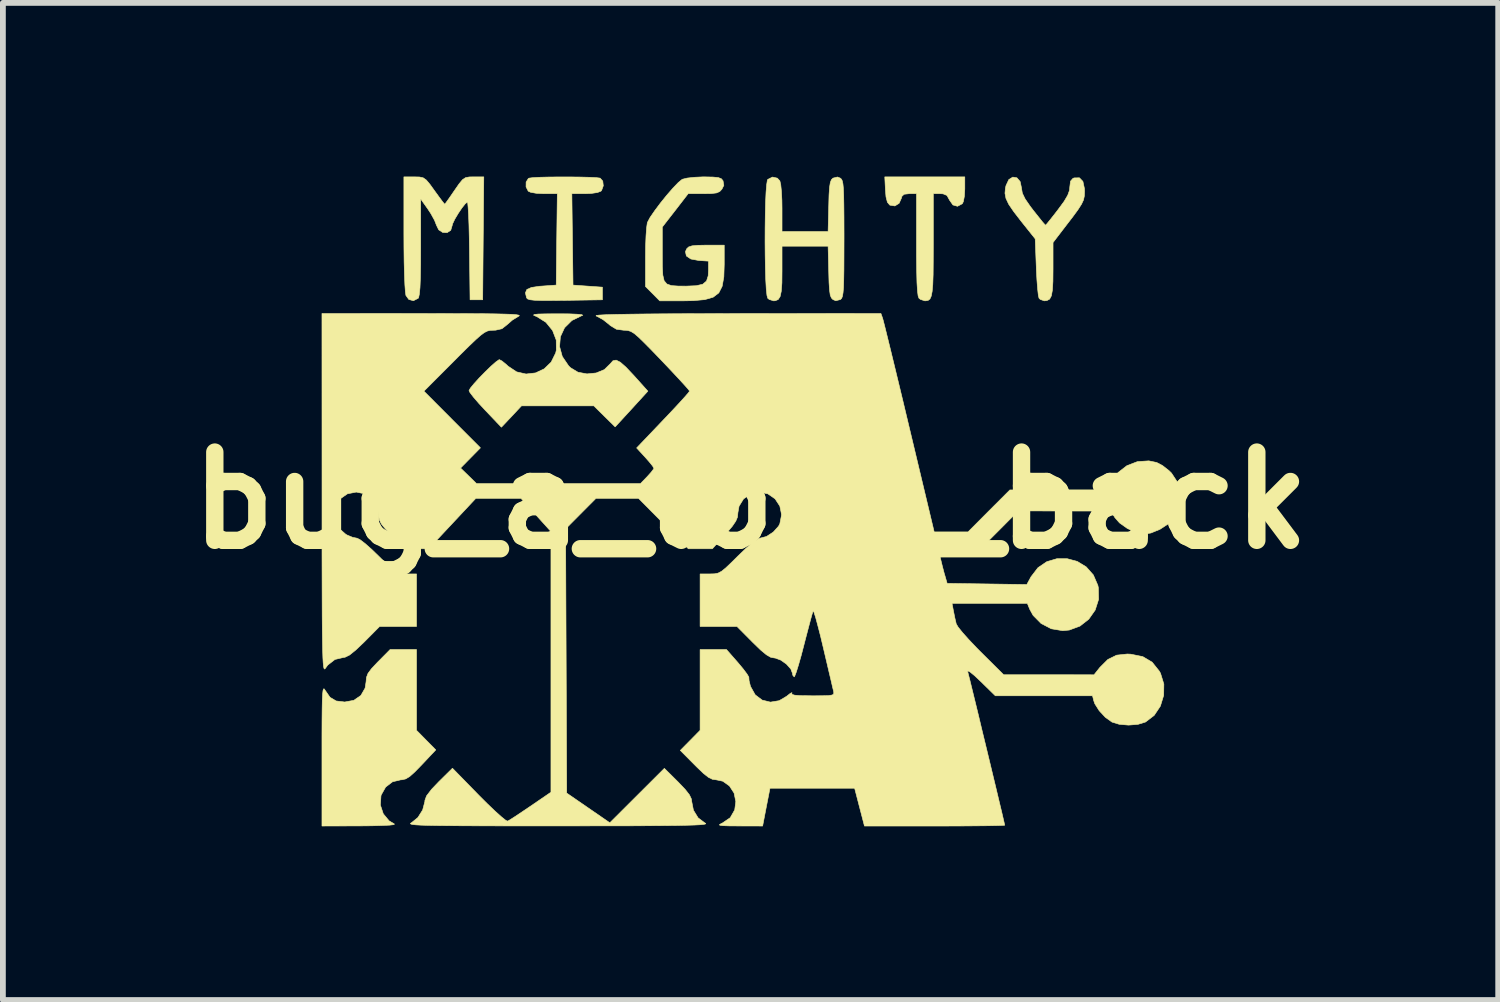
<source format=kicad_pcb>
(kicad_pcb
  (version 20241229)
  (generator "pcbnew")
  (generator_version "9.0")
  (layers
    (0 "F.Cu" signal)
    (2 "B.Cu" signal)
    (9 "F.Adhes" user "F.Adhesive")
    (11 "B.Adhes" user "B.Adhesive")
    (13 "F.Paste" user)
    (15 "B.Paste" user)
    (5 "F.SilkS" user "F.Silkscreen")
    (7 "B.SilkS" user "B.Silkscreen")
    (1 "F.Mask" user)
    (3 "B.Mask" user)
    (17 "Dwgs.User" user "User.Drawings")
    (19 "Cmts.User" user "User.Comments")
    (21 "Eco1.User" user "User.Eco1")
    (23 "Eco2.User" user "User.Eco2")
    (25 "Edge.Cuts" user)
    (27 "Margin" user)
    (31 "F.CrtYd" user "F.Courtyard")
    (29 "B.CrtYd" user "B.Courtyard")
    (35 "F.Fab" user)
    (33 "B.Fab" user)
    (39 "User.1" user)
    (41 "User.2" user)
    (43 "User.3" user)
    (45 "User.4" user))
  (footprint "bug_a_logo_back"
    (layer "F.Cu")
    (at 9.913 5.593)
    (property "Reference" "bug_a_logo_back" (at 0 0 0) (layer "F.SilkS") (effects (font (size 1.524 1.524) (thickness 0.3))))
    (attr through_hole)
    (fp_poly (pts (xy 3.701 -5.378) (xy 3.694 -5.255) (xy 3.676 -5.161) (xy 3.658 -5.124) (xy 3.575 -5.08) (xy 3.496 -5.103) (xy 3.437 -5.187) (xy 3.436 -5.189) (xy 3.393 -5.267) (xy 3.326 -5.295) (xy 3.276 -5.298) (xy 3.157 -5.298) (xy 3.157 -4.416) (xy 3.156 -4.125) (xy 3.154 -3.899) (xy 3.148 -3.73) (xy 3.137 -3.609) (xy 3.121 -3.528) (xy 3.099 -3.479) (xy 3.068 -3.455) (xy 3.028 -3.448) (xy 3.012 -3.447) (xy 2.936 -3.471) (xy 2.91 -3.491) (xy 2.895 -3.53) (xy 2.884 -3.617) (xy 2.875 -3.758) (xy 2.87 -3.957) (xy 2.867 -4.22) (xy 2.867 -4.416) (xy 2.867 -5.298) (xy 2.742 -5.298) (xy 2.653 -5.288) (xy 2.614 -5.251) (xy 2.606 -5.22) (xy 2.566 -5.131) (xy 2.493 -5.086) (xy 2.41 -5.099) (xy 2.404 -5.102) (xy 2.364 -5.15) (xy 2.34 -5.243) (xy 2.33 -5.365) (xy 2.319 -5.588) (xy 3.701 -5.588) (xy 3.701 -5.378)) (stroke (width 0.01) (type solid)) (fill yes) (layer "F.SilkS"))
    (fp_poly (pts (xy -2.945 -5.585) (xy -2.786 -5.581) (xy -2.666 -5.575) (xy -2.601 -5.567) (xy -2.597 -5.566) (xy -2.552 -5.515) (xy -2.543 -5.434) (xy -2.572 -5.355) (xy -2.584 -5.341) (xy -2.643 -5.318) (xy -2.751 -5.302) (xy -2.856 -5.298) (xy -3.086 -5.298) (xy -3.076 -4.508) (xy -3.066 -3.719) (xy -2.812 -3.701) (xy -2.558 -3.683) (xy -2.558 -3.465) (xy -3.203 -3.455) (xy -3.44 -3.453) (xy -3.613 -3.453) (xy -3.733 -3.457) (xy -3.809 -3.466) (xy -3.851 -3.48) (xy -3.868 -3.499) (xy -3.888 -3.585) (xy -3.863 -3.643) (xy -3.784 -3.678) (xy -3.643 -3.699) (xy -3.61 -3.701) (xy -3.356 -3.719) (xy -3.347 -4.508) (xy -3.337 -5.298) (xy -3.566 -5.298) (xy -3.698 -5.304) (xy -3.798 -5.322) (xy -3.839 -5.341) (xy -3.877 -5.415) (xy -3.876 -5.499) (xy -3.838 -5.559) (xy -3.825 -5.566) (xy -3.767 -5.574) (xy -3.652 -5.581) (xy -3.497 -5.585) (xy -3.316 -5.587) (xy -3.127 -5.587) (xy -2.945 -5.585)) (stroke (width 0.01) (type solid)) (fill yes) (layer "F.SilkS"))
    (fp_poly (pts (xy -5.769 3.971) (xy -5.603 4.14) (xy -5.436 4.309) (xy -5.68 4.568) (xy -5.8 4.691) (xy -5.887 4.769) (xy -5.955 4.81) (xy -6.018 4.825) (xy -6.041 4.826) (xy -6.183 4.86) (xy -6.302 4.951) (xy -6.378 5.086) (xy -6.383 5.103) (xy -6.393 5.262) (xy -6.343 5.413) (xy -6.243 5.534) (xy -6.15 5.59) (xy -6.16 5.6) (xy -6.234 5.609) (xy -6.364 5.615) (xy -6.542 5.62) (xy -6.74 5.622) (xy -7.402 5.624) (xy -7.402 4.4) (xy -7.402 4.07) (xy -7.401 3.806) (xy -7.399 3.602) (xy -7.396 3.451) (xy -7.391 3.348) (xy -7.384 3.285) (xy -7.375 3.256) (xy -7.364 3.255) (xy -7.35 3.275) (xy -7.347 3.28) (xy -7.263 3.401) (xy -7.157 3.464) (xy -7.009 3.482) (xy -6.852 3.453) (xy -6.73 3.369) (xy -6.657 3.242) (xy -6.64 3.133) (xy -6.633 3.056) (xy -6.606 2.986) (xy -6.546 2.906) (xy -6.444 2.797) (xy -6.433 2.786) (xy -6.225 2.576) (xy -5.769 2.576) (xy -5.769 3.971)) (stroke (width 0.01) (type solid)) (fill yes) (layer "F.SilkS"))
    (fp_poly (pts (xy 4.601 -5.572) (xy 4.657 -5.507) (xy 4.681 -5.393) (xy 4.681 -5.388) (xy 4.695 -5.306) (xy 4.743 -5.207) (xy 4.832 -5.078) (xy 4.883 -5.011) (xy 4.973 -4.898) (xy 5.044 -4.809) (xy 5.088 -4.76) (xy 5.095 -4.753) (xy 5.121 -4.78) (xy 5.179 -4.852) (xy 5.261 -4.956) (xy 5.311 -5.021) (xy 5.416 -5.164) (xy 5.479 -5.271) (xy 5.51 -5.357) (xy 5.515 -5.417) (xy 5.527 -5.514) (xy 5.569 -5.562) (xy 5.59 -5.57) (xy 5.681 -5.572) (xy 5.741 -5.509) (xy 5.768 -5.383) (xy 5.769 -5.335) (xy 5.766 -5.258) (xy 5.751 -5.189) (xy 5.716 -5.115) (xy 5.655 -5.02) (xy 5.559 -4.889) (xy 5.497 -4.809) (xy 5.225 -4.454) (xy 5.225 -3.994) (xy 5.223 -3.782) (xy 5.214 -3.632) (xy 5.196 -3.533) (xy 5.166 -3.477) (xy 5.12 -3.452) (xy 5.075 -3.447) (xy 5.005 -3.471) (xy 4.983 -3.493) (xy 4.971 -3.544) (xy 4.959 -3.653) (xy 4.947 -3.805) (xy 4.937 -3.985) (xy 4.936 -4.028) (xy 4.917 -4.518) (xy 4.671 -4.826) (xy 4.544 -4.991) (xy 4.459 -5.116) (xy 4.412 -5.216) (xy 4.395 -5.305) (xy 4.403 -5.396) (xy 4.413 -5.438) (xy 4.461 -5.541) (xy 4.53 -5.584) (xy 4.601 -5.572)) (stroke (width 0.01) (type solid)) (fill yes) (layer "F.SilkS"))
    (fp_poly (pts (xy -5.717 -5.586) (xy -5.654 -5.572) (xy -5.6 -5.534) (xy -5.537 -5.459) (xy -5.46 -5.352) (xy -5.38 -5.242) (xy -5.319 -5.16) (xy -5.285 -5.119) (xy -5.282 -5.116) (xy -5.259 -5.144) (xy -5.206 -5.218) (xy -5.134 -5.323) (xy -5.114 -5.352) (xy -5.032 -5.47) (xy -4.974 -5.54) (xy -4.921 -5.575) (xy -4.856 -5.587) (xy -4.78 -5.588) (xy -4.607 -5.588) (xy -4.617 -4.527) (xy -4.626 -3.465) (xy -4.844 -3.465) (xy -4.854 -4.309) (xy -4.858 -4.548) (xy -4.863 -4.76) (xy -4.87 -4.936) (xy -4.878 -5.066) (xy -4.885 -5.14) (xy -4.89 -5.153) (xy -4.927 -5.124) (xy -4.985 -5.051) (xy -5.049 -4.956) (xy -5.107 -4.859) (xy -5.145 -4.779) (xy -5.153 -4.748) (xy -5.178 -4.665) (xy -5.24 -4.625) (xy -5.316 -4.628) (xy -5.386 -4.674) (xy -5.424 -4.752) (xy -5.458 -4.839) (xy -5.521 -4.953) (xy -5.572 -5.031) (xy -5.697 -5.207) (xy -5.697 -4.37) (xy -5.698 -4.073) (xy -5.702 -3.843) (xy -5.709 -3.674) (xy -5.72 -3.562) (xy -5.733 -3.502) (xy -5.74 -3.491) (xy -5.823 -3.449) (xy -5.902 -3.471) (xy -5.952 -3.54) (xy -5.961 -3.601) (xy -5.97 -3.725) (xy -5.977 -3.901) (xy -5.983 -4.119) (xy -5.986 -4.37) (xy -5.987 -4.611) (xy -5.987 -5.588) (xy -5.808 -5.588) (xy -5.717 -5.586)) (stroke (width 0.01) (type solid)) (fill yes) (layer "F.SilkS"))
    (fp_poly (pts (xy -3.32 -3.223) (xy -3.133 -3.222) (xy -2.995 -3.216) (xy -2.915 -3.208) (xy -2.897 -3.198) (xy -2.906 -3.195) (xy -3.085 -3.108) (xy -3.212 -2.982) (xy -3.284 -2.827) (xy -3.298 -2.657) (xy -3.251 -2.485) (xy -3.141 -2.323) (xy -3.108 -2.291) (xy -2.98 -2.214) (xy -2.825 -2.185) (xy -2.666 -2.201) (xy -2.525 -2.259) (xy -2.423 -2.359) (xy -2.422 -2.36) (xy -2.376 -2.412) (xy -2.321 -2.423) (xy -2.249 -2.387) (xy -2.152 -2.302) (xy -2.02 -2.162) (xy -2.017 -2.159) (xy -1.773 -1.887) (xy -2.055 -1.578) (xy -2.338 -1.27) (xy -2.522 -1.451) (xy -2.706 -1.633) (xy -3.956 -1.633) (xy -4.129 -1.448) (xy -4.303 -1.264) (xy -4.582 -1.557) (xy -4.695 -1.679) (xy -4.786 -1.785) (xy -4.845 -1.862) (xy -4.862 -1.897) (xy -4.838 -1.94) (xy -4.774 -2.018) (xy -4.684 -2.117) (xy -4.582 -2.221) (xy -4.482 -2.318) (xy -4.398 -2.392) (xy -4.345 -2.429) (xy -4.337 -2.431) (xy -4.293 -2.408) (xy -4.22 -2.349) (xy -4.187 -2.318) (xy -4.04 -2.22) (xy -3.877 -2.183) (xy -3.713 -2.202) (xy -3.564 -2.272) (xy -3.443 -2.389) (xy -3.365 -2.547) (xy -3.354 -2.596) (xy -3.356 -2.77) (xy -3.419 -2.935) (xy -3.534 -3.076) (xy -3.69 -3.174) (xy -3.719 -3.186) (xy -3.749 -3.201) (xy -3.732 -3.212) (xy -3.662 -3.219) (xy -3.534 -3.222) (xy -3.339 -3.223) (xy -3.32 -3.223)) (stroke (width 0.01) (type solid)) (fill yes) (layer "F.SilkS"))
    (fp_poly (pts (xy -0.649 -5.585) (xy -0.556 -5.576) (xy -0.503 -5.555) (xy -0.475 -5.521) (xy -0.461 -5.442) (xy -0.494 -5.376) (xy -0.532 -5.335) (xy -0.587 -5.311) (xy -0.678 -5.3) (xy -0.813 -5.298) (xy -1.077 -5.298) (xy -1.3 -5.009) (xy -1.524 -4.721) (xy -1.524 -4.249) (xy -1.523 -4.039) (xy -1.515 -3.891) (xy -1.492 -3.794) (xy -1.445 -3.738) (xy -1.367 -3.71) (xy -1.249 -3.702) (xy -1.112 -3.701) (xy -0.938 -3.708) (xy -0.825 -3.734) (xy -0.76 -3.789) (xy -0.731 -3.879) (xy -0.726 -3.974) (xy -0.726 -4.133) (xy -0.894 -4.144) (xy -1.03 -4.169) (xy -1.108 -4.222) (xy -1.124 -4.296) (xy -1.103 -4.345) (xy -1.07 -4.377) (xy -1.01 -4.397) (xy -0.909 -4.406) (xy -0.758 -4.409) (xy -0.454 -4.409) (xy -0.454 -4.078) (xy -0.461 -3.86) (xy -0.49 -3.698) (xy -0.548 -3.584) (xy -0.645 -3.51) (xy -0.79 -3.468) (xy -0.992 -3.45) (xy -1.161 -3.447) (xy -1.568 -3.447) (xy -1.691 -3.571) (xy -1.814 -3.694) (xy -1.814 -4.203) (xy -1.812 -4.396) (xy -1.805 -4.569) (xy -1.795 -4.707) (xy -1.783 -4.792) (xy -1.779 -4.804) (xy -1.735 -4.887) (xy -1.656 -5.002) (xy -1.556 -5.136) (xy -1.446 -5.272) (xy -1.339 -5.395) (xy -1.247 -5.491) (xy -1.182 -5.544) (xy -1.176 -5.547) (xy -1.096 -5.567) (xy -0.97 -5.581) (xy -0.821 -5.588) (xy -0.798 -5.588) (xy -0.649 -5.585)) (stroke (width 0.01) (type solid)) (fill yes) (layer "F.SilkS"))
    (fp_poly (pts (xy 1.551 -5.566) (xy 1.57 -5.549) (xy 1.585 -5.519) (xy 1.596 -5.468) (xy 1.604 -5.387) (xy 1.609 -5.269) (xy 1.612 -5.106) (xy 1.614 -4.888) (xy 1.615 -4.609) (xy 1.615 -4.518) (xy 1.614 -4.219) (xy 1.613 -3.985) (xy 1.61 -3.807) (xy 1.606 -3.677) (xy 1.598 -3.587) (xy 1.588 -3.528) (xy 1.575 -3.493) (xy 1.557 -3.473) (xy 1.551 -3.469) (xy 1.473 -3.449) (xy 1.424 -3.469) (xy 1.397 -3.497) (xy 1.377 -3.546) (xy 1.365 -3.631) (xy 1.356 -3.763) (xy 1.351 -3.95) (xy 1.34 -4.391) (xy 0.544 -4.391) (xy 0.544 -3.962) (xy 0.542 -3.756) (xy 0.531 -3.612) (xy 0.511 -3.52) (xy 0.477 -3.469) (xy 0.427 -3.449) (xy 0.399 -3.447) (xy 0.323 -3.471) (xy 0.298 -3.491) (xy 0.284 -3.54) (xy 0.272 -3.65) (xy 0.263 -3.81) (xy 0.257 -4.006) (xy 0.253 -4.229) (xy 0.251 -4.466) (xy 0.252 -4.705) (xy 0.255 -4.936) (xy 0.26 -5.145) (xy 0.268 -5.322) (xy 0.279 -5.455) (xy 0.291 -5.531) (xy 0.298 -5.544) (xy 0.38 -5.585) (xy 0.463 -5.566) (xy 0.507 -5.518) (xy 0.522 -5.454) (xy 0.534 -5.336) (xy 0.542 -5.182) (xy 0.544 -5.046) (xy 0.544 -4.645) (xy 1.34 -4.645) (xy 1.351 -5.085) (xy 1.356 -5.276) (xy 1.365 -5.407) (xy 1.378 -5.49) (xy 1.397 -5.539) (xy 1.424 -5.566) (xy 1.502 -5.586) (xy 1.551 -5.566)) (stroke (width 0.01) (type solid)) (fill yes) (layer "F.SilkS"))
    (fp_poly (pts (xy 2.281 -3.148) (xy 2.295 -3.097) (xy 2.324 -2.983) (xy 2.366 -2.813) (xy 2.42 -2.593) (xy 2.484 -2.33) (xy 2.556 -2.032) (xy 2.635 -1.705) (xy 2.718 -1.357) (xy 2.741 -1.261) (xy 3.172 0.544) (xy 3.757 0.544) (xy 4.118 0.181) (xy 4.48 -0.181) (xy 6.187 -0.182) (xy 6.245 -0.321) (xy 6.349 -0.482) (xy 6.501 -0.6) (xy 6.683 -0.67) (xy 6.879 -0.683) (xy 7.015 -0.655) (xy 7.116 -0.602) (xy 7.226 -0.516) (xy 7.271 -0.472) (xy 7.387 -0.295) (xy 7.434 -0.102) (xy 7.412 0.098) (xy 7.32 0.294) (xy 7.319 0.295) (xy 7.216 0.405) (xy 7.072 0.499) (xy 6.916 0.563) (xy 6.804 0.581) (xy 6.662 0.554) (xy 6.509 0.485) (xy 6.374 0.389) (xy 6.296 0.301) (xy 6.223 0.184) (xy 5.424 0.183) (xy 4.625 0.181) (xy 4.264 0.544) (xy 3.902 0.907) (xy 3.26 0.907) (xy 3.286 1.024) (xy 3.314 1.139) (xy 3.348 1.269) (xy 3.354 1.287) (xy 3.396 1.433) (xy 4.084 1.443) (xy 4.772 1.453) (xy 4.844 1.32) (xy 4.965 1.162) (xy 5.118 1.058) (xy 5.291 1.007) (xy 5.47 1.007) (xy 5.644 1.054) (xy 5.798 1.148) (xy 5.921 1.287) (xy 5.999 1.467) (xy 6.008 1.51) (xy 6.012 1.709) (xy 5.953 1.894) (xy 5.842 2.052) (xy 5.69 2.171) (xy 5.506 2.239) (xy 5.392 2.25) (xy 5.194 2.217) (xy 5.018 2.125) (xy 4.881 1.986) (xy 4.824 1.883) (xy 4.781 1.778) (xy 3.48 1.778) (xy 3.506 1.914) (xy 3.529 2.029) (xy 3.552 2.128) (xy 3.554 2.135) (xy 3.587 2.19) (xy 3.662 2.283) (xy 3.771 2.405) (xy 3.903 2.544) (xy 3.974 2.616) (xy 4.372 3.011) (xy 5.153 3.011) (xy 5.933 3.012) (xy 6.034 2.885) (xy 6.171 2.748) (xy 6.323 2.673) (xy 6.508 2.653) (xy 6.567 2.656) (xy 6.775 2.698) (xy 6.937 2.794) (xy 7.06 2.948) (xy 7.081 2.985) (xy 7.139 3.172) (xy 7.136 3.367) (xy 7.079 3.553) (xy 6.972 3.713) (xy 6.822 3.828) (xy 6.692 3.868) (xy 6.53 3.881) (xy 6.368 3.867) (xy 6.244 3.829) (xy 6.129 3.747) (xy 6.023 3.633) (xy 5.947 3.513) (xy 5.929 3.462) (xy 5.907 3.375) (xy 4.229 3.375) (xy 3.979 3.13) (xy 3.871 3.028) (xy 3.794 2.965) (xy 3.754 2.945) (xy 3.751 2.957) (xy 3.764 3.009) (xy 3.792 3.119) (xy 3.831 3.279) (xy 3.88 3.479) (xy 3.936 3.709) (xy 3.996 3.961) (xy 4.06 4.224) (xy 4.124 4.489) (xy 4.186 4.747) (xy 4.244 4.988) (xy 4.295 5.202) (xy 4.338 5.381) (xy 4.369 5.514) (xy 4.387 5.593) (xy 4.391 5.61) (xy 4.356 5.613) (xy 4.257 5.616) (xy 4.102 5.619) (xy 3.9 5.621) (xy 3.659 5.623) (xy 3.387 5.624) (xy 3.179 5.624) (xy 1.968 5.624) (xy 1.883 5.298) (xy 1.798 4.971) (xy 0.336 4.971) (xy 0.272 5.298) (xy 0.209 5.624) (xy -0.195 5.623) (xy -0.368 5.622) (xy -0.477 5.618) (xy -0.53 5.611) (xy -0.537 5.6) (xy -0.505 5.581) (xy -0.485 5.572) (xy -0.35 5.48) (xy -0.273 5.345) (xy -0.254 5.202) (xy -0.284 5.055) (xy -0.364 4.932) (xy -0.479 4.85) (xy -0.593 4.826) (xy -0.658 4.817) (xy -0.727 4.783) (xy -0.812 4.716) (xy -0.928 4.605) (xy -0.961 4.572) (xy -1.213 4.318) (xy -1.042 4.145) (xy -0.871 3.971) (xy -0.871 2.576) (xy -0.415 2.576) (xy -0.217 2.802) (xy -0.127 2.91) (xy -0.061 2.998) (xy -0.029 3.052) (xy -0.029 3.06) (xy -0.025 3.114) (xy -0.003 3.202) (xy 0.001 3.215) (xy 0.081 3.358) (xy 0.201 3.449) (xy 0.344 3.484) (xy 0.495 3.459) (xy 0.622 3.384) (xy 0.687 3.333) (xy 0.716 3.32) (xy 0.713 3.329) (xy 0.716 3.35) (xy 0.762 3.364) (xy 0.86 3.372) (xy 1.02 3.374) (xy 1.069 3.375) (xy 1.239 3.374) (xy 1.349 3.371) (xy 1.411 3.361) (xy 1.436 3.344) (xy 1.438 3.315) (xy 1.434 3.293) (xy 1.419 3.233) (xy 1.392 3.115) (xy 1.353 2.951) (xy 1.307 2.755) (xy 1.257 2.543) (xy 1.208 2.337) (xy 1.162 2.16) (xy 1.125 2.023) (xy 1.097 1.935) (xy 1.083 1.908) (xy 1.082 1.908) (xy 1.067 1.953) (xy 1.038 2.056) (xy 0.999 2.203) (xy 0.952 2.382) (xy 0.923 2.495) (xy 0.874 2.683) (xy 0.828 2.844) (xy 0.79 2.966) (xy 0.763 3.036) (xy 0.754 3.048) (xy 0.729 3.018) (xy 0.726 2.991) (xy 0.696 2.912) (xy 0.621 2.828) (xy 0.524 2.759) (xy 0.428 2.723) (xy 0.41 2.721) (xy 0.348 2.709) (xy 0.274 2.666) (xy 0.176 2.585) (xy 0.044 2.457) (xy 0.036 2.449) (xy -0.234 2.177) (xy -0.871 2.177) (xy -0.871 1.27) (xy -0.698 1.27) (xy -0.622 1.268) (xy -0.561 1.256) (xy -0.501 1.225) (xy -0.429 1.167) (xy -0.33 1.073) (xy -0.218 0.962) (xy -0.078 0.827) (xy 0.04 0.726) (xy 0.126 0.666) (xy 0.162 0.653) (xy 0.277 0.623) (xy 0.393 0.547) (xy 0.484 0.446) (xy 0.506 0.404) (xy 0.537 0.247) (xy 0.506 0.098) (xy 0.424 -0.027) (xy 0.3 -0.113) (xy 0.145 -0.145) (xy -0.001 -0.112) (xy -0.121 -0.025) (xy -0.198 0.1) (xy -0.218 0.212) (xy -0.225 0.287) (xy -0.255 0.359) (xy -0.315 0.447) (xy -0.416 0.566) (xy -0.438 0.59) (xy -0.659 0.835) (xy -1.074 0.835) (xy -1.504 0.399) (xy -1.935 -0.036) (xy -2.669 -0.036) (xy -3.194 0.492) (xy -3.175 5.055) (xy -2.43 5.568) (xy -1.488 4.628) (xy -1.252 4.862) (xy -1.13 4.99) (xy -1.056 5.084) (xy -1.021 5.158) (xy -1.016 5.199) (xy -0.986 5.351) (xy -0.905 5.483) (xy -0.788 5.571) (xy -0.787 5.571) (xy -0.772 5.581) (xy -0.779 5.589) (xy -0.81 5.596) (xy -0.872 5.602) (xy -0.968 5.607) (xy -1.102 5.611) (xy -1.28 5.615) (xy -1.505 5.617) (xy -1.782 5.619) (xy -2.115 5.621) (xy -2.509 5.621) (xy -2.968 5.622) (xy -3.32 5.622) (xy -3.823 5.622) (xy -4.257 5.622) (xy -4.628 5.621) (xy -4.941 5.62) (xy -5.199 5.618) (xy -5.407 5.616) (xy -5.571 5.613) (xy -5.694 5.609) (xy -5.781 5.604) (xy -5.838 5.598) (xy -5.867 5.59) (xy -5.875 5.582) (xy -5.865 5.572) (xy -5.854 5.566) (xy -5.745 5.477) (xy -5.663 5.347) (xy -5.625 5.203) (xy -5.624 5.182) (xy -5.596 5.104) (xy -5.509 4.99) (xy -5.386 4.861) (xy -5.148 4.626) (xy -4.693 5.092) (xy -4.545 5.24) (xy -4.412 5.367) (xy -4.304 5.464) (xy -4.228 5.525) (xy -4.196 5.54) (xy -4.151 5.514) (xy -4.06 5.456) (xy -3.936 5.373) (xy -3.801 5.282) (xy -3.447 5.04) (xy -3.447 0.538) (xy -3.706 0.251) (xy -3.965 -0.036) (xy -4.744 -0.036) (xy -5.151 0.399) (xy -5.559 0.835) (xy -5.765 0.835) (xy -5.865 0.833) (xy -5.938 0.82) (xy -6.003 0.788) (xy -6.078 0.725) (xy -6.183 0.621) (xy -6.197 0.607) (xy -6.308 0.491) (xy -6.376 0.407) (xy -6.41 0.338) (xy -6.422 0.268) (xy -6.423 0.24) (xy -6.456 0.095) (xy -6.544 -0.029) (xy -6.67 -0.115) (xy -6.809 -0.144) (xy -6.962 -0.114) (xy -7.078 -0.034) (xy -7.153 0.08) (xy -7.186 0.214) (xy -7.172 0.353) (xy -7.108 0.482) (xy -6.991 0.585) (xy -6.966 0.599) (xy -6.872 0.638) (xy -6.796 0.653) (xy -6.745 0.678) (xy -6.657 0.745) (xy -6.545 0.844) (xy -6.423 0.962) (xy -6.292 1.092) (xy -6.198 1.179) (xy -6.128 1.232) (xy -6.069 1.259) (xy -6.007 1.269) (xy -5.943 1.27) (xy -5.769 1.27) (xy -5.769 2.177) (xy -6.406 2.177) (xy -6.672 2.445) (xy -6.818 2.584) (xy -6.926 2.671) (xy -7.004 2.709) (xy -7.028 2.712) (xy -7.177 2.747) (xy -7.302 2.844) (xy -7.34 2.896) (xy -7.351 2.91) (xy -7.36 2.912) (xy -7.368 2.898) (xy -7.375 2.863) (xy -7.381 2.804) (xy -7.386 2.716) (xy -7.39 2.594) (xy -7.393 2.434) (xy -7.396 2.233) (xy -7.398 1.985) (xy -7.399 1.686) (xy -7.4 1.332) (xy -7.401 0.918) (xy -7.401 0.441) (xy -7.401 -0.105) (xy -7.401 -0.118) (xy -7.402 -3.229) (xy -5.652 -3.228) (xy -5.246 -3.227) (xy -4.909 -3.226) (xy -4.633 -3.225) (xy -4.414 -3.222) (xy -4.247 -3.218) (xy -4.127 -3.214) (xy -4.048 -3.208) (xy -4.005 -3.2) (xy -3.992 -3.191) (xy -4.006 -3.18) (xy -4.01 -3.178) (xy -4.113 -3.115) (xy -4.206 -3.034) (xy -4.294 -2.965) (xy -4.404 -2.94) (xy -4.443 -2.939) (xy -4.495 -2.937) (xy -4.543 -2.926) (xy -4.596 -2.9) (xy -4.661 -2.852) (xy -4.748 -2.775) (xy -4.865 -2.663) (xy -5.02 -2.51) (xy -5.116 -2.413) (xy -5.641 -1.887) (xy -5.153 -1.397) (xy -4.665 -0.908) (xy -4.836 -0.734) (xy -5.008 -0.559) (xy -4.87 -0.425) (xy -4.732 -0.29) (xy -1.901 -0.29) (xy -1.785 -0.41) (xy -1.716 -0.487) (xy -1.674 -0.543) (xy -1.669 -0.556) (xy -1.692 -0.595) (xy -1.751 -0.668) (xy -1.818 -0.744) (xy -1.967 -0.906) (xy -1.51 -1.385) (xy -1.364 -1.539) (xy -1.238 -1.674) (xy -1.138 -1.784) (xy -1.074 -1.858) (xy -1.052 -1.888) (xy -1.076 -1.92) (xy -1.143 -1.996) (xy -1.245 -2.107) (xy -1.375 -2.246) (xy -1.524 -2.403) (xy -1.545 -2.425) (xy -1.715 -2.602) (xy -1.844 -2.732) (xy -1.939 -2.824) (xy -2.01 -2.884) (xy -2.066 -2.918) (xy -2.115 -2.934) (xy -2.165 -2.939) (xy -2.188 -2.939) (xy -2.315 -2.956) (xy -2.42 -3.019) (xy -2.448 -3.044) (xy -2.547 -3.122) (xy -2.65 -3.179) (xy -2.667 -3.186) (xy -2.666 -3.194) (xy -2.612 -3.201) (xy -2.504 -3.207) (xy -2.338 -3.212) (xy -2.113 -3.216) (xy -1.826 -3.22) (xy -1.474 -3.223) (xy -1.056 -3.225) (xy -0.57 -3.226) (xy -0.262 -3.227) (xy 2.252 -3.229) (xy 2.281 -3.148)) (stroke (width 0.01) (type solid)) (fill yes) (layer "F.SilkS")))
  (gr_rect
    (start -3 -3)
    (end 22.827 14.222)
    (stroke (width 0.1) (type default))
    (fill no)
    (layer "Edge.Cuts")))
</source>
